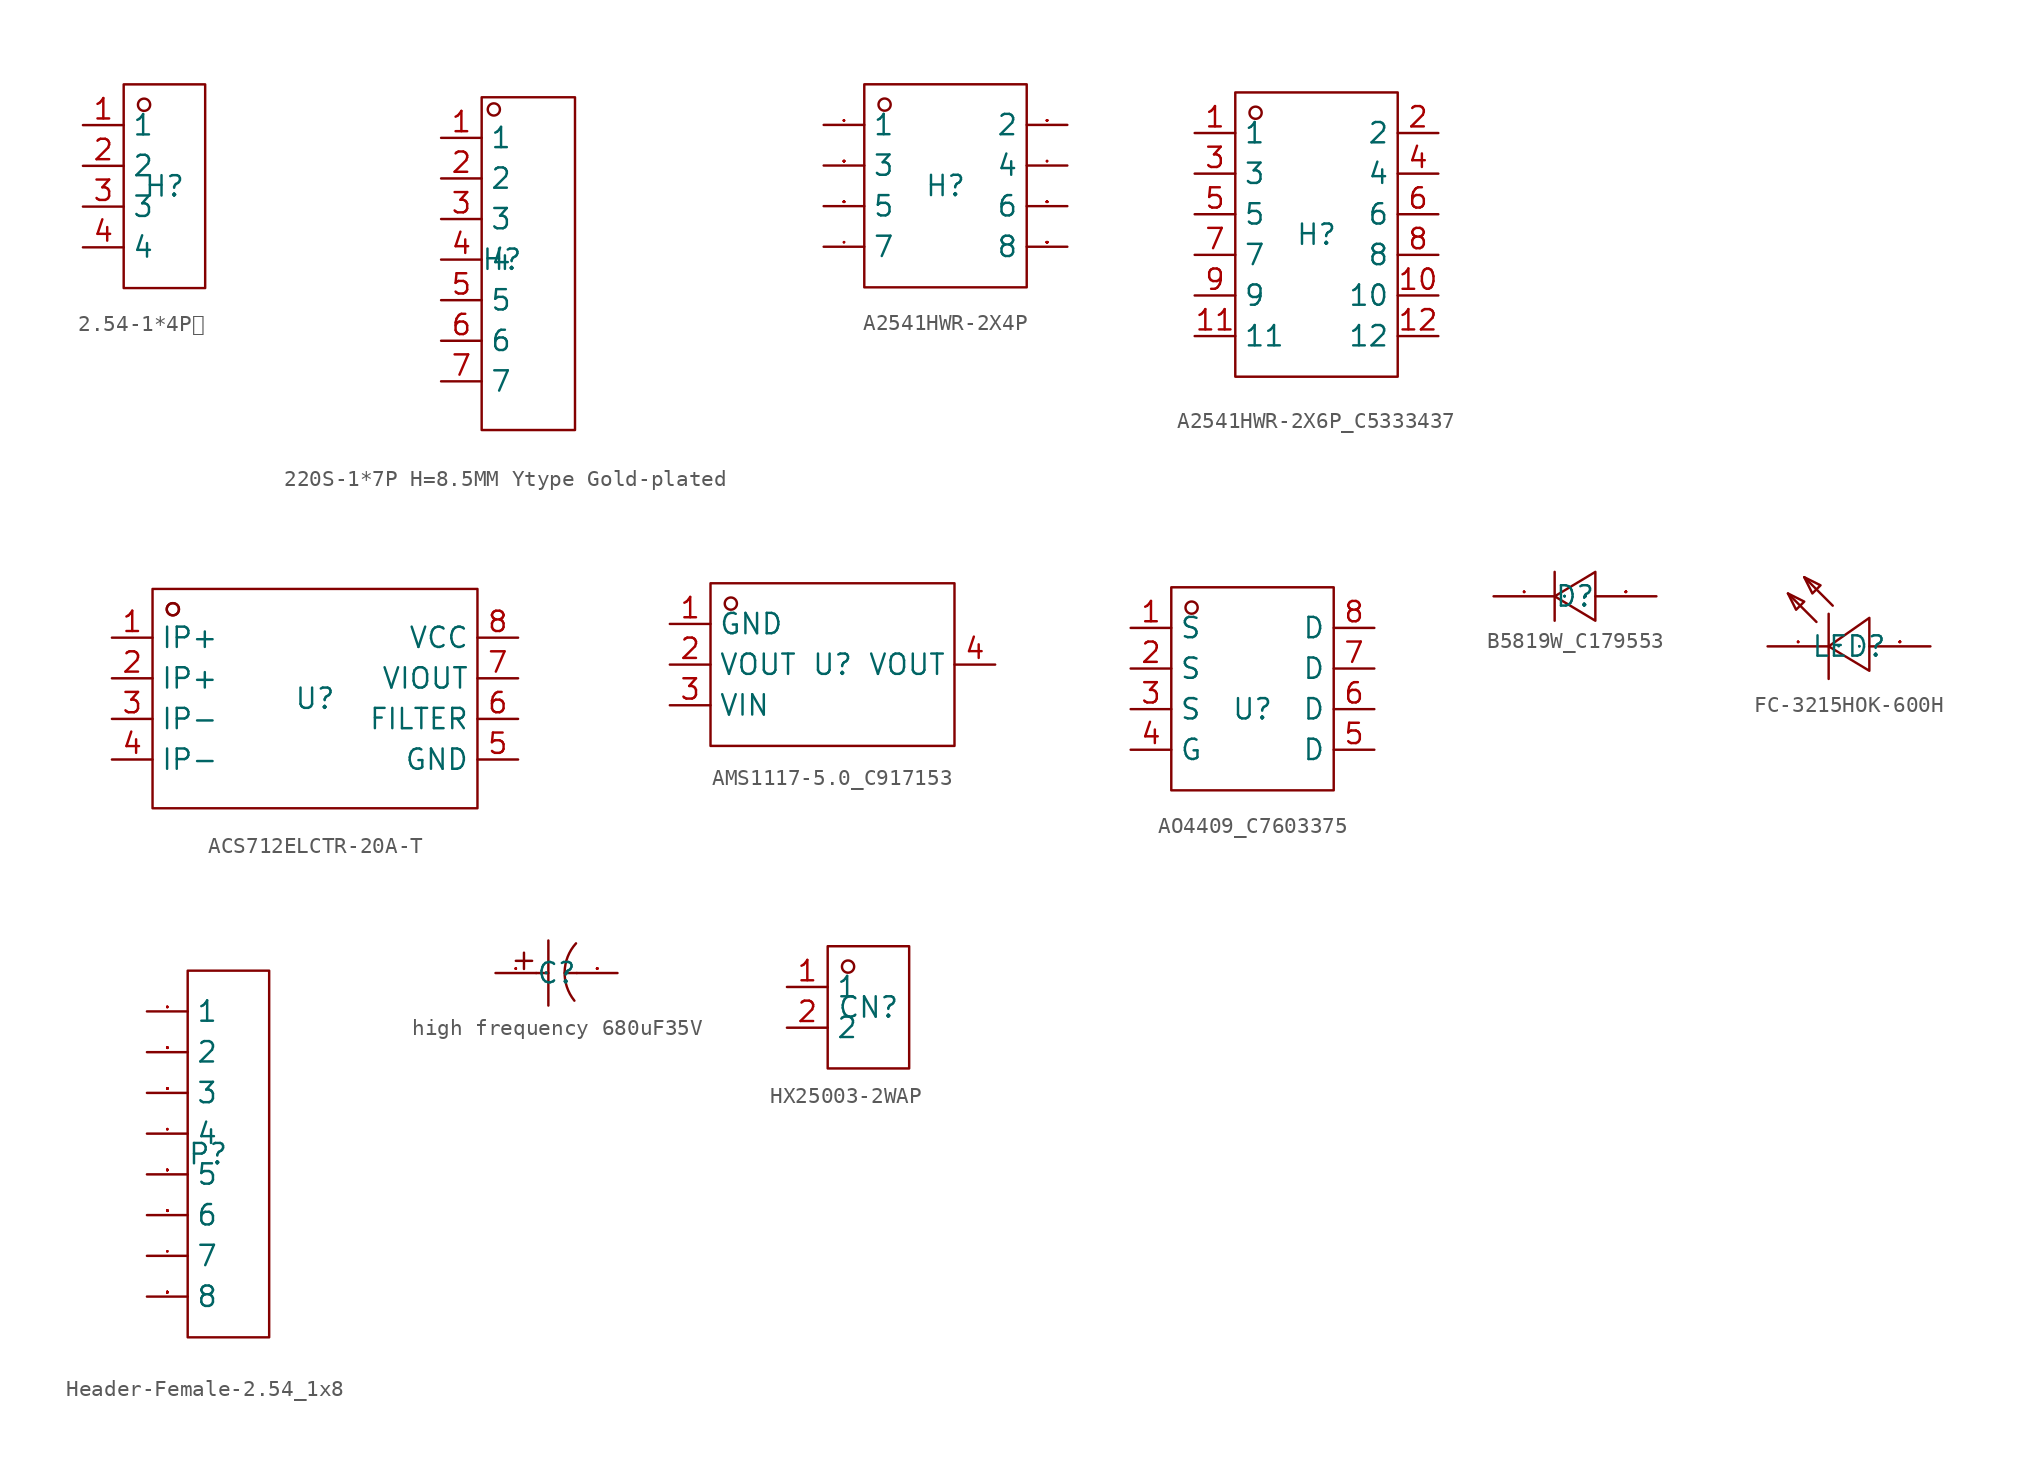
<source format=kicad_sym>
(kicad_symbol_lib
  (version 20241209)
  (generator "kicad_symbol_editor")
  (generator_version "9.0")
  (symbol "2.54-1*4P母"
    (property "Reference" "H"
      (at 0 0 0)
      (effects (font (size 1.27 1.27))))
    (property "Value" ""
      (at 0 0 0)
      (effects (font (size 1.27 1.27))))
    (symbol "2.54-1*4P母_1_0"
      (rectangle (start -2.54 -6.35) (end 2.54 6.35) (stroke (width 0) (type default)) (fill (type none)))
      (circle (center -1.27 5.08) (radius 0.381) (stroke (width 0) (type default)) (fill (type none)))
      (pin input line (at -5.08 3.81 0) (length 2.54) (name "1" (effects (font (size 1.27 1.27)))) (number "1" (effects (font (size 1.27 1.27)))))
      (pin input line (at -5.08 1.27 0) (length 2.54) (name "2" (effects (font (size 1.27 1.27)))) (number "2" (effects (font (size 1.27 1.27)))))
      (pin input line (at -5.08 -1.27 0) (length 2.54) (name "3" (effects (font (size 1.27 1.27)))) (number "3" (effects (font (size 1.27 1.27)))))
      (pin input line (at -5.08 -3.81 0) (length 2.54) (name "4" (effects (font (size 1.27 1.27)))) (number "4" (effects (font (size 1.27 1.27)))))))
  (symbol "220S-1*7P H=8.5MM Ytype Gold-plated"
    (property "Reference" "H"
      (at 0 0 0)
      (effects (font (size 1.27 1.27))))
    (property "Value" ""
      (at 0 0 0)
      (effects (font (size 1.27 1.27))))
    (symbol "220S-1*7P H=8.5MM Ytype Gold-plated_1_0"
      (rectangle (start -1.27 -10.668) (end 4.572 10.16) (stroke (width 0) (type default)) (fill (type none)))
      (circle (center -0.508 9.398) (radius 0.381) (stroke (width 0) (type default)) (fill (type none)))
      (pin input line (at -3.81 7.62 0) (length 2.54) (name "1" (effects (font (size 1.27 1.27)))) (number "1" (effects (font (size 1.27 1.27)))))
      (pin input line (at -3.81 5.08 0) (length 2.54) (name "2" (effects (font (size 1.27 1.27)))) (number "2" (effects (font (size 1.27 1.27)))))
      (pin input line (at -3.81 2.54 0) (length 2.54) (name "3" (effects (font (size 1.27 1.27)))) (number "3" (effects (font (size 1.27 1.27)))))
      (pin input line (at -3.81 0 0) (length 2.54) (name "4" (effects (font (size 1.27 1.27)))) (number "4" (effects (font (size 1.27 1.27)))))
      (pin input line (at -3.81 -2.54 0) (length 2.54) (name "5" (effects (font (size 1.27 1.27)))) (number "5" (effects (font (size 1.27 1.27)))))
      (pin input line (at -3.81 -5.08 0) (length 2.54) (name "6" (effects (font (size 1.27 1.27)))) (number "6" (effects (font (size 1.27 1.27)))))
      (pin input line (at -3.81 -7.62 0) (length 2.54) (name "7" (effects (font (size 1.27 1.27)))) (number "7" (effects (font (size 1.27 1.27)))))))
  (symbol "A2541HWR-2X4P"
    (property "Reference" "H"
      (at 0 0 0)
      (effects (font (size 1.27 1.27))))
    (property "Value" ""
      (at 0 0 0)
      (effects (font (size 1.27 1.27))))
    (symbol "A2541HWR-2X4P_1_0"
      (rectangle (start -5.08 -6.35) (end 5.08 6.35) (stroke (width 0) (type default)) (fill (type none)))
      (circle (center -3.81 5.08) (radius 0.381) (stroke (width 0) (type default)) (fill (type none)))
      (pin input line (at -7.62 3.81 0) (length 2.54) (name "1" (effects (font (size 1.27 1.27)))) (number "1" (effects (font (size 0.025 0.025)))))
      (pin input line (at -7.62 1.27 0) (length 2.54) (name "3" (effects (font (size 1.27 1.27)))) (number "3" (effects (font (size 0.025 0.025)))))
      (pin input line (at -7.62 -1.27 0) (length 2.54) (name "5" (effects (font (size 1.27 1.27)))) (number "5" (effects (font (size 0.025 0.025)))))
      (pin input line (at -7.62 -3.81 0) (length 2.54) (name "7" (effects (font (size 1.27 1.27)))) (number "7" (effects (font (size 0.025 0.025)))))
      (pin input line (at 7.62 3.81 180) (length 2.54) (name "2" (effects (font (size 1.27 1.27)))) (number "2" (effects (font (size 0.025 0.025)))))
      (pin input line (at 7.62 1.27 180) (length 2.54) (name "4" (effects (font (size 1.27 1.27)))) (number "4" (effects (font (size 0.025 0.025)))))
      (pin input line (at 7.62 -1.27 180) (length 2.54) (name "6" (effects (font (size 1.27 1.27)))) (number "6" (effects (font (size 0.025 0.025)))))
      (pin input line (at 7.62 -3.81 180) (length 2.54) (name "8" (effects (font (size 1.27 1.27)))) (number "8" (effects (font (size 0.025 0.025)))))))
  (symbol "A2541HWR-2X6P_C5333437"
    (property "Reference" "H"
      (at 0 0 0)
      (effects (font (size 1.27 1.27))))
    (property "Value" ""
      (at 0 0 0)
      (effects (font (size 1.27 1.27))))
    (symbol "A2541HWR-2X6P_C5333437_1_0"
      (rectangle (start -5.08 -8.89) (end 5.08 8.89) (stroke (width 0) (type default)) (fill (type none)))
      (circle (center -3.81 7.62) (radius 0.381) (stroke (width 0) (type default)) (fill (type none)))
      (pin input line (at -7.62 6.35 0) (length 2.54) (name "1" (effects (font (size 1.27 1.27)))) (number "1" (effects (font (size 1.27 1.27)))))
      (pin input line (at -7.62 3.81 0) (length 2.54) (name "3" (effects (font (size 1.27 1.27)))) (number "3" (effects (font (size 1.27 1.27)))))
      (pin input line (at -7.62 1.27 0) (length 2.54) (name "5" (effects (font (size 1.27 1.27)))) (number "5" (effects (font (size 1.27 1.27)))))
      (pin input line (at -7.62 -1.27 0) (length 2.54) (name "7" (effects (font (size 1.27 1.27)))) (number "7" (effects (font (size 1.27 1.27)))))
      (pin input line (at -7.62 -3.81 0) (length 2.54) (name "9" (effects (font (size 1.27 1.27)))) (number "9" (effects (font (size 1.27 1.27)))))
      (pin input line (at -7.62 -6.35 0) (length 2.54) (name "11" (effects (font (size 1.27 1.27)))) (number "11" (effects (font (size 1.27 1.27)))))
      (pin input line (at 7.62 6.35 180) (length 2.54) (name "2" (effects (font (size 1.27 1.27)))) (number "2" (effects (font (size 1.27 1.27)))))
      (pin input line (at 7.62 3.81 180) (length 2.54) (name "4" (effects (font (size 1.27 1.27)))) (number "4" (effects (font (size 1.27 1.27)))))
      (pin input line (at 7.62 1.27 180) (length 2.54) (name "6" (effects (font (size 1.27 1.27)))) (number "6" (effects (font (size 1.27 1.27)))))
      (pin input line (at 7.62 -1.27 180) (length 2.54) (name "8" (effects (font (size 1.27 1.27)))) (number "8" (effects (font (size 1.27 1.27)))))
      (pin input line (at 7.62 -3.81 180) (length 2.54) (name "10" (effects (font (size 1.27 1.27)))) (number "10" (effects (font (size 1.27 1.27)))))
      (pin input line (at 7.62 -6.35 180) (length 2.54) (name "12" (effects (font (size 1.27 1.27)))) (number "12" (effects (font (size 1.27 1.27)))))))
  (symbol "ACS712ELCTR-20A-T"
    (property "Reference" "U"
      (at 0 0 0)
      (effects (font (size 1.27 1.27))))
    (property "Value" ""
      (at 0 0 0)
      (effects (font (size 1.27 1.27))))
    (symbol "ACS712ELCTR-20A-T_1_0"
      (rectangle (start -10.16 -6.858) (end 10.16 6.858) (stroke (width 0) (type default)) (fill (type none)))
      (circle (center -8.89 5.588) (radius 0.381) (stroke (width 0) (type default)) (fill (type none)))
      (circle (center -8.89 5.588) (radius 0.381) (stroke (width 0) (type default)) (fill (type none)))
      (pin input line (at -12.7 3.81 0) (length 2.54) (name "IP+" (effects (font (size 1.27 1.27)))) (number "1" (effects (font (size 1.27 1.27)))))
      (pin input line (at -12.7 1.27 0) (length 2.54) (name "IP+" (effects (font (size 1.27 1.27)))) (number "2" (effects (font (size 1.27 1.27)))))
      (pin input line (at -12.7 -1.27 0) (length 2.54) (name "IP-" (effects (font (size 1.27 1.27)))) (number "3" (effects (font (size 1.27 1.27)))))
      (pin input line (at -12.7 -3.81 0) (length 2.54) (name "IP-" (effects (font (size 1.27 1.27)))) (number "4" (effects (font (size 1.27 1.27)))))
      (pin input line (at 12.7 3.81 180) (length 2.54) (name "VCC" (effects (font (size 1.27 1.27)))) (number "8" (effects (font (size 1.27 1.27)))))
      (pin input line (at 12.7 1.27 180) (length 2.54) (name "VIOUT" (effects (font (size 1.27 1.27)))) (number "7" (effects (font (size 1.27 1.27)))))
      (pin input line (at 12.7 -1.27 180) (length 2.54) (name "FILTER" (effects (font (size 1.27 1.27)))) (number "6" (effects (font (size 1.27 1.27)))))
      (pin input line (at 12.7 -3.81 180) (length 2.54) (name "GND" (effects (font (size 1.27 1.27)))) (number "5" (effects (font (size 1.27 1.27)))))))
  (symbol "AMS1117-5.0_C917153"
    (property "Reference" "U"
      (at 0 0 0)
      (effects (font (size 1.27 1.27))))
    (property "Value" ""
      (at 0 0 0)
      (effects (font (size 1.27 1.27))))
    (symbol "AMS1117-5.0_C917153_1_0"
      (rectangle (start -7.62 -5.08) (end 7.62 5.08) (stroke (width 0) (type default)) (fill (type none)))
      (circle (center -6.35 3.81) (radius 0.381) (stroke (width 0) (type default)) (fill (type none)))
      (pin input line (at -10.16 2.54 0) (length 2.54) (name "GND" (effects (font (size 1.27 1.27)))) (number "1" (effects (font (size 1.27 1.27)))))
      (pin input line (at -10.16 0 0) (length 2.54) (name "VOUT" (effects (font (size 1.27 1.27)))) (number "2" (effects (font (size 1.27 1.27)))))
      (pin input line (at -10.16 -2.54 0) (length 2.54) (name "VIN" (effects (font (size 1.27 1.27)))) (number "3" (effects (font (size 1.27 1.27)))))
      (pin input line (at 10.16 0 180) (length 2.54) (name "VOUT" (effects (font (size 1.27 1.27)))) (number "4" (effects (font (size 1.27 1.27)))))))
  (symbol "AO4409_C7603375"
    (property "Reference" "U"
      (at 0 0 0)
      (effects (font (size 1.27 1.27))))
    (property "Value" ""
      (at 0 0 0)
      (effects (font (size 1.27 1.27))))
    (symbol "AO4409_C7603375_1_0"
      (rectangle (start -5.08 -5.08) (end 5.08 7.62) (stroke (width 0) (type default)) (fill (type none)))
      (circle (center -3.81 6.35) (radius 0.381) (stroke (width 0) (type default)) (fill (type none)))
      (pin input line (at -7.62 5.08 0) (length 2.54) (name "S" (effects (font (size 1.27 1.27)))) (number "1" (effects (font (size 1.27 1.27)))))
      (pin input line (at -7.62 2.54 0) (length 2.54) (name "S" (effects (font (size 1.27 1.27)))) (number "2" (effects (font (size 1.27 1.27)))))
      (pin input line (at -7.62 0 0) (length 2.54) (name "S" (effects (font (size 1.27 1.27)))) (number "3" (effects (font (size 1.27 1.27)))))
      (pin input line (at -7.62 -2.54 0) (length 2.54) (name "G" (effects (font (size 1.27 1.27)))) (number "4" (effects (font (size 1.27 1.27)))))
      (pin input line (at 7.62 5.08 180) (length 2.54) (name "D" (effects (font (size 1.27 1.27)))) (number "8" (effects (font (size 1.27 1.27)))))
      (pin input line (at 7.62 2.54 180) (length 2.54) (name "D" (effects (font (size 1.27 1.27)))) (number "7" (effects (font (size 1.27 1.27)))))
      (pin input line (at 7.62 0 180) (length 2.54) (name "D" (effects (font (size 1.27 1.27)))) (number "6" (effects (font (size 1.27 1.27)))))
      (pin input line (at 7.62 -2.54 180) (length 2.54) (name "D" (effects (font (size 1.27 1.27)))) (number "5" (effects (font (size 1.27 1.27)))))))
  (symbol "B5819W_C179553"
    (property "Reference" "D"
      (at 0 0 0)
      (effects (font (size 1.27 1.27))))
    (property "Value" ""
      (at 0 0 0)
      (effects (font (size 1.27 1.27))))
    (symbol "B5819W_C179553_1_0"
      (polyline (pts (xy -1.27 -1.524) (xy -1.27 1.524)) (stroke (width 0) (type default)) (fill (type none)))
      (polyline (pts (xy 1.27 1.524) (xy -1.27 0) (xy -1.27 0) (xy 1.27 -1.524) (xy 1.27 -1.524) (xy 1.27 1.524)) (stroke (width 0) (type default)) (fill (type none)))
      (pin input line (at -5.08 0 0) (length 3.81) (name "1" (effects (font (size 0.025 0.025)))) (number "1" (effects (font (size 0.025 0.025)))))
      (pin input line (at 5.08 0 180) (length 3.81) (name "2" (effects (font (size 0.025 0.025)))) (number "2" (effects (font (size 0.025 0.025)))))))
  (symbol "FC-3215HOK-600H"
    (property "Reference" "LED"
      (at 0 0 0)
      (effects (font (size 1.27 1.27))))
    (property "Value" ""
      (at 0 0 0)
      (effects (font (size 1.27 1.27))))
    (symbol "FC-3215HOK-600H_1_0"
      (polyline (pts (xy -3.81 3.302) (xy -2.794 2.794) (xy -2.794 2.794) (xy -3.302 2.286) (xy -3.302 2.286) (xy -3.81 3.302)) (stroke (width 0) (type default)) (fill (type none)))
      (polyline (pts (xy -2.794 4.318) (xy -1.778 3.81) (xy -1.778 3.81) (xy -2.286 3.302) (xy -2.286 3.302) (xy -2.794 4.318)) (stroke (width 0) (type default)) (fill (type none)))
      (polyline (pts (xy -2.032 1.524) (xy -3.81 3.302)) (stroke (width 0) (type default)) (fill (type none)))
      (polyline (pts (xy -1.27 2.032) (xy -1.27 -2.032)) (stroke (width 0) (type default)) (fill (type none)))
      (polyline (pts (xy -1.016 2.54) (xy -2.794 4.318)) (stroke (width 0) (type default)) (fill (type none)))
      (polyline (pts (xy 1.27 -1.524) (xy -1.27 0) (xy -1.27 0) (xy 1.27 1.778) (xy 1.27 1.778) (xy 1.27 -1.524)) (stroke (width 0) (type default)) (fill (type none)))
      (pin input line (at -5.08 0 0) (length 3.81) (name "-" (effects (font (size 0.025 0.025)))) (number "1" (effects (font (size 0.025 0.025)))))
      (pin input line (at 5.08 0 180) (length 3.81) (name "+" (effects (font (size 0.025 0.025)))) (number "2" (effects (font (size 0.025 0.025)))))))
  (symbol "Header-Female-2.54_1x8"
    (property "Reference" "P"
      (at 0 0 0)
      (effects (font (size 1.27 1.27))))
    (property "Value" ""
      (at 0 0 0)
      (effects (font (size 1.27 1.27))))
    (symbol "Header-Female-2.54_1x8_1_0"
      (rectangle (start -1.27 -11.43) (end 3.81 11.43) (stroke (width 0) (type default)) (fill (type none)))
      (pin input line (at -3.81 8.89 0) (length 2.54) (name "1" (effects (font (size 1.27 1.27)))) (number "1" (effects (font (size 0.025 0.025)))))
      (pin input line (at -3.81 6.35 0) (length 2.54) (name "2" (effects (font (size 1.27 1.27)))) (number "2" (effects (font (size 0.025 0.025)))))
      (pin input line (at -3.81 3.81 0) (length 2.54) (name "3" (effects (font (size 1.27 1.27)))) (number "3" (effects (font (size 0.025 0.025)))))
      (pin input line (at -3.81 1.27 0) (length 2.54) (name "4" (effects (font (size 1.27 1.27)))) (number "4" (effects (font (size 0.025 0.025)))))
      (pin input line (at -3.81 -1.27 0) (length 2.54) (name "5" (effects (font (size 1.27 1.27)))) (number "5" (effects (font (size 0.025 0.025)))))
      (pin input line (at -3.81 -3.81 0) (length 2.54) (name "6" (effects (font (size 1.27 1.27)))) (number "6" (effects (font (size 0.025 0.025)))))
      (pin input line (at -3.81 -6.35 0) (length 2.54) (name "7" (effects (font (size 1.27 1.27)))) (number "7" (effects (font (size 0.025 0.025)))))
      (pin input line (at -3.81 -8.89 0) (length 2.54) (name "8" (effects (font (size 1.27 1.27)))) (number "8" (effects (font (size 0.025 0.025)))))))
  (symbol "high frequency 680uF35V"
    (property "Reference" "C"
      (at 0 0 0)
      (effects (font (size 1.27 1.27))))
    (symbol "high frequency 680uF35V_1_0"
      (polyline (pts (xy -2.54 0.762) (xy -1.524 0.762)) (stroke (width 0) (type default)) (fill (type none)))
      (polyline (pts (xy -2.032 1.27) (xy -2.032 0.254)) (stroke (width 0) (type default)) (fill (type none)))
      (polyline (pts (xy -1.27 0) (xy -0.508 0)) (stroke (width 0) (type default)) (fill (type none)))
      (polyline (pts (xy -0.508 2.032) (xy -0.508 -2.032)) (stroke (width 0) (type default)) (fill (type none)))
      (polyline (pts (xy 0.508 0) (xy 1.27 0)) (stroke (width 0) (type default)) (fill (type none)))
      (arc (start 1.1176 -1.7272) (mid 0.5082 0.0822) (end 1.2192 1.8542) (stroke (width 0) (type default)) (fill (type none)))
      (pin input line (at -3.81 0 0) (length 2.54) (name "1" (effects (font (size 0.025 0.025)))) (number "1" (effects (font (size 0.025 0.025)))))
      (pin input line (at 3.81 0 180) (length 2.54) (name "2" (effects (font (size 0.025 0.025)))) (number "2" (effects (font (size 0.025 0.025)))))))
  (symbol "HX25003-2WAP"
    (property "Reference" "CN"
      (at 0 0 0)
      (effects (font (size 1.27 1.27))))
    (property "Value" ""
      (at 0 0 0)
      (effects (font (size 1.27 1.27))))
    (symbol "HX25003-2WAP_1_0"
      (rectangle (start -2.54 -3.81) (end 2.54 3.81) (stroke (width 0) (type default)) (fill (type none)))
      (circle (center -1.27 2.54) (radius 0.381) (stroke (width 0) (type default)) (fill (type none)))
      (pin unspecified line (at -5.08 1.27 0) (length 2.54) (name "1" (effects (font (size 1.27 1.27)))) (number "1" (effects (font (size 1.27 1.27)))))
      (pin unspecified line (at -5.08 -1.27 0) (length 2.54) (name "2" (effects (font (size 1.27 1.27)))) (number "2" (effects (font (size 1.27 1.27))))))))
</source>
